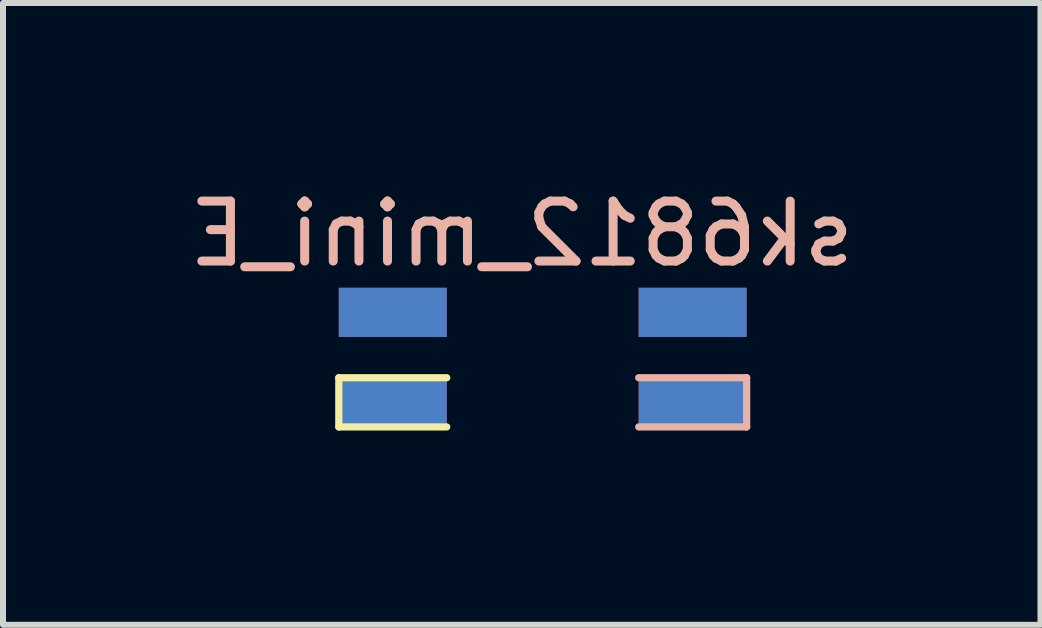
<source format=kicad_pcb>
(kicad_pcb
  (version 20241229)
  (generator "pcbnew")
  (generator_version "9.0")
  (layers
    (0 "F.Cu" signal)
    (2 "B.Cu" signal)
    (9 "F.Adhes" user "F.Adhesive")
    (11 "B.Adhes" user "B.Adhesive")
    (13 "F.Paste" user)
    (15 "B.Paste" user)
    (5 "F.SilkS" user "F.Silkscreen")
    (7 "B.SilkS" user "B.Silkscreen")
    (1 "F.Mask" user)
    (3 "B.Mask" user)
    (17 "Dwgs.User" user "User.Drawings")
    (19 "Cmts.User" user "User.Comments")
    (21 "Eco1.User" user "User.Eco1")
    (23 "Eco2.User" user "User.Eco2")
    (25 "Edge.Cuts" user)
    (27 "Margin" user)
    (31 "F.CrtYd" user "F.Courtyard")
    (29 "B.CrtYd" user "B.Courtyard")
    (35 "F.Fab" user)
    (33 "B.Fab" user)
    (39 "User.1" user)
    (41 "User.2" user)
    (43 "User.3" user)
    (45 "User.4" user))
  (footprint "sk6812_mini_E"
    (layer "F.Cu")
    (at 3.499 2.158)
    (property "Reference" "sk6812_mini_E" (at 2.15 -1.31 0) (layer "B.SilkS") (effects (font (size 1 1) (thickness 0.15)) (justify mirror)))
    (attr through_hole)
    (fp_line (start -0.9 1.91) (end -0.9 1.09) (stroke (width 0.12) (type solid)) (layer "F.SilkS"))
    (fp_line (start 0.9 1.09) (end -0.9 1.09) (stroke (width 0.12) (type solid)) (layer "F.SilkS"))
    (fp_line (start 0.9 1.91) (end -0.9 1.91) (stroke (width 0.12) (type solid)) (layer "F.SilkS"))
    (fp_line (start 4.1 1.09) (end 5.9 1.09) (stroke (width 0.12) (type solid)) (layer "B.SilkS"))
    (fp_line (start 4.1 1.91) (end 5.9 1.91) (stroke (width 0.12) (type solid)) (layer "B.SilkS"))
    (fp_line (start 5.9 1.09) (end 5.9 1.91) (stroke (width 0.12) (type solid)) (layer "B.SilkS"))
    (fp_line (start 0.9 -0.65) (end 0.9 2.15) (stroke (width 0.12) (type solid)) (layer "Eco2.User"))
    (fp_line (start 0.9 -0.65) (end 4.1 -0.65) (stroke (width 0.12) (type solid)) (layer "Eco2.User"))
    (fp_line (start 4.1 -0.65) (end 4.1 2.15) (stroke (width 0.12) (type solid)) (layer "Eco2.User"))
    (fp_line (start 4.1 2.15) (end 0.9 2.15) (stroke (width 0.12) (type solid)) (layer "Eco2.User"))
    (pad "1" smd rect (at 0 1.5) (size 1.8 0.82) (layers "F.Cu" "F.Mask" "F.Paste"))
    (pad "1" smd rect (at 5 1.5) (size 1.8 0.82) (layers "B.Cu" "B.Mask" "B.Paste"))
    (pad "2" smd rect (at 0 0) (size 1.8 0.82) (layers "F.Cu" "F.Mask" "F.Paste"))
    (pad "2" smd rect (at 5 0) (size 1.8 0.82) (layers "B.Cu" "B.Mask" "B.Paste"))
    (pad "3" smd rect (at 0 0) (size 1.8 0.82) (layers "B.Cu" "B.Mask" "B.Paste"))
    (pad "3" smd rect (at 5 0) (size 1.8 0.82) (layers "F.Cu" "F.Mask" "F.Paste"))
    (pad "4" smd rect (at 0 1.5) (size 1.8 0.82) (layers "B.Cu" "B.Mask" "B.Paste"))
    (pad "4" smd rect (at 5 1.5) (size 1.8 0.82) (layers "F.Cu" "F.Mask" "F.Paste")))
  (gr_rect
    (start -3 -3)
    (end 14.298 7.368)
    (stroke (width 0.1) (type default))
    (fill no)
    (layer "Edge.Cuts")))
</source>
